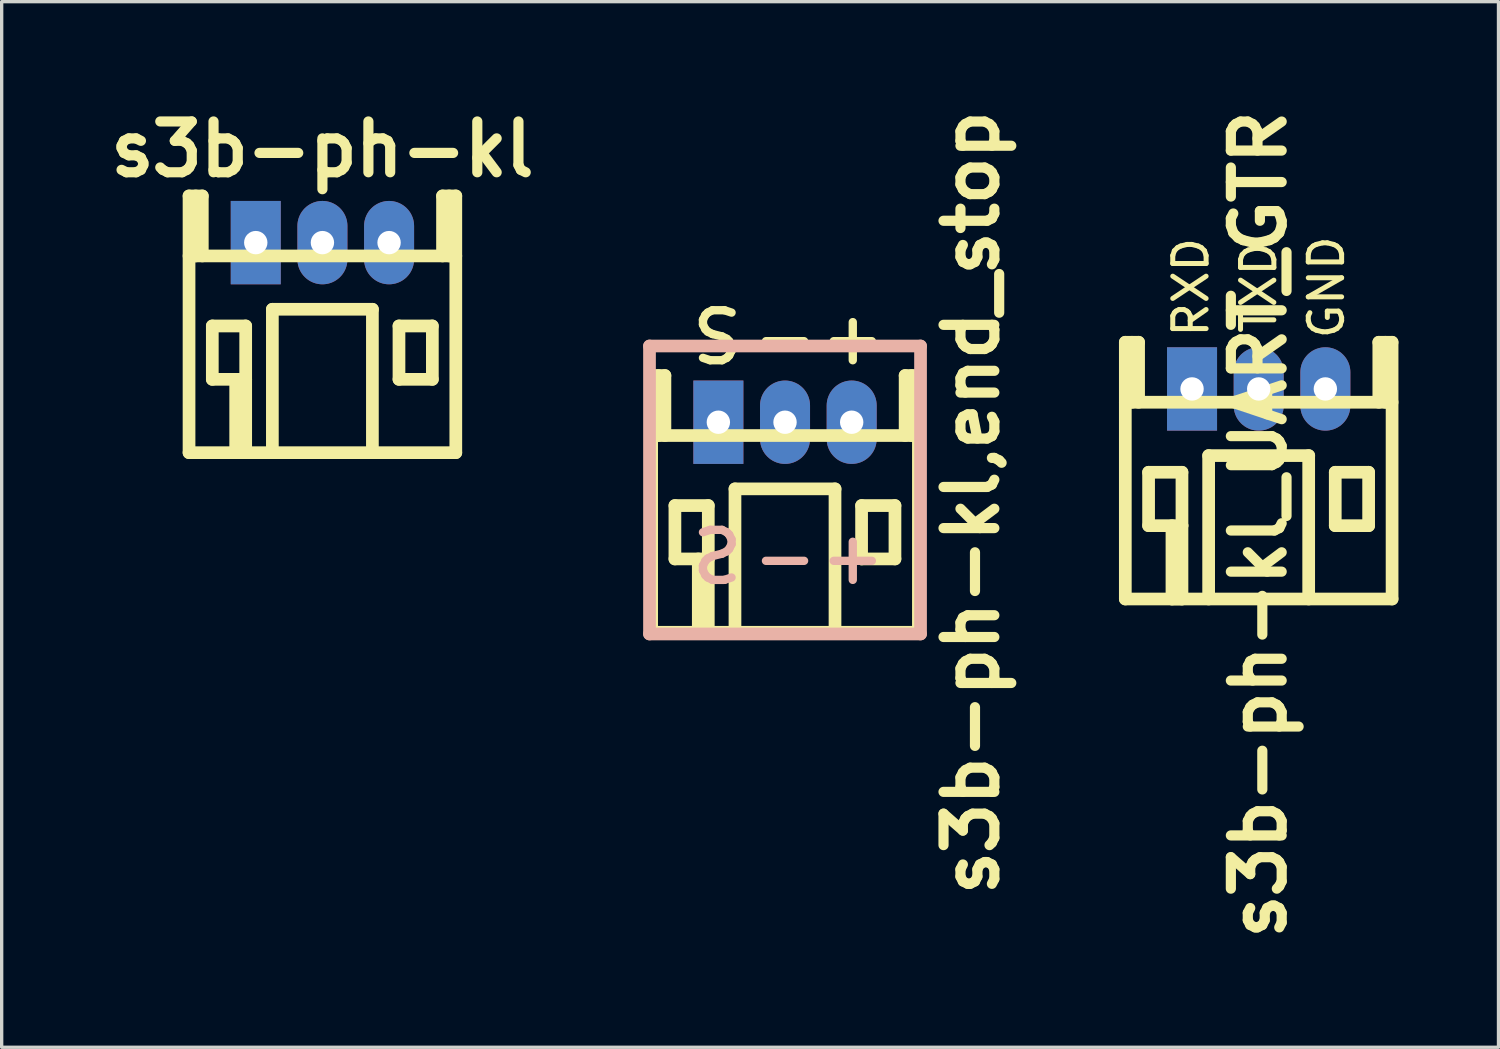
<source format=kicad_pcb>
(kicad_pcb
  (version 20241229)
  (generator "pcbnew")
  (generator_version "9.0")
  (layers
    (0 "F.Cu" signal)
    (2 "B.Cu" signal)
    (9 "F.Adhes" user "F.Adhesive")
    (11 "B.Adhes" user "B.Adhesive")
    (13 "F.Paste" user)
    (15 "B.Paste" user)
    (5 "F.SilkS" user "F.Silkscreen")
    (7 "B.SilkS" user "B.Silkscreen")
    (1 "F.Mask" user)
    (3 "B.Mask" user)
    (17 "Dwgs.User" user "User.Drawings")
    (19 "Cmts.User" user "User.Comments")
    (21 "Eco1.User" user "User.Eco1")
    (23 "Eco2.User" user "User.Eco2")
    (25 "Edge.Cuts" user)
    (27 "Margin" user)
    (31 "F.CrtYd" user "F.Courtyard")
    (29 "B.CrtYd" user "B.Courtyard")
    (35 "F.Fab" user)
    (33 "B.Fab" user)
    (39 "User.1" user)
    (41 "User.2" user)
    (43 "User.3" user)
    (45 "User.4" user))
  (footprint "s3b-ph-kl"
    (layer "F.Cu")
    (at 6.619 4.226)
    (property "Reference" "s3b-ph-kl" (at 0 -2.799 0) (layer "F.SilkS") (effects (font (size 1.524 1.524) (thickness 0.305))))
    (attr through_hole)
    (fp_line (start -4 -1.4) (end -4 6.299) (stroke (width 0.381) (type solid)) (layer "F.SilkS"))
    (fp_line (start -4 0.399) (end 4 0.399) (stroke (width 0.381) (type solid)) (layer "F.SilkS"))
    (fp_line (start -4 6.299) (end 4 6.299) (stroke (width 0.381) (type solid)) (layer "F.SilkS"))
    (fp_line (start -3.8 -1.4) (end -3.8 0.399) (stroke (width 0.381) (type solid)) (layer "F.SilkS"))
    (fp_line (start -3.602 -1.4) (end -4 -1.4) (stroke (width 0.381) (type solid)) (layer "F.SilkS"))
    (fp_line (start -3.602 0.399) (end -3.602 -1.4) (stroke (width 0.381) (type solid)) (layer "F.SilkS"))
    (fp_line (start -3.302 2.499) (end -2.301 2.499) (stroke (width 0.381) (type solid)) (layer "F.SilkS"))
    (fp_line (start -3.302 4.1) (end -3.302 2.499) (stroke (width 0.381) (type solid)) (layer "F.SilkS"))
    (fp_line (start -2.601 6.299) (end -2.601 4.1) (stroke (width 0.381) (type solid)) (layer "F.SilkS"))
    (fp_line (start -2.301 2.499) (end -2.301 4.1) (stroke (width 0.381) (type solid)) (layer "F.SilkS"))
    (fp_line (start -2.301 4.1) (end -3.302 4.1) (stroke (width 0.381) (type solid)) (layer "F.SilkS"))
    (fp_line (start -2.301 4.1) (end -2.301 6.299) (stroke (width 0.381) (type solid)) (layer "F.SilkS"))
    (fp_line (start -2.301 6.299) (end -2.601 6.299) (stroke (width 0.381) (type solid)) (layer "F.SilkS"))
    (fp_line (start -1.501 1.999) (end -1.501 6.299) (stroke (width 0.381) (type solid)) (layer "F.SilkS"))
    (fp_line (start -1.501 1.999) (end 1.501 1.999) (stroke (width 0.381) (type solid)) (layer "F.SilkS"))
    (fp_line (start 1.499 1.999) (end 1.499 6.299) (stroke (width 0.381) (type solid)) (layer "F.SilkS"))
    (fp_line (start 2.296 2.499) (end 3.297 2.499) (stroke (width 0.381) (type solid)) (layer "F.SilkS"))
    (fp_line (start 2.296 4.1) (end 2.296 2.499) (stroke (width 0.381) (type solid)) (layer "F.SilkS"))
    (fp_line (start 3.297 2.499) (end 3.297 4.1) (stroke (width 0.381) (type solid)) (layer "F.SilkS"))
    (fp_line (start 3.297 4.1) (end 2.296 4.1) (stroke (width 0.381) (type solid)) (layer "F.SilkS"))
    (fp_line (start 3.602 -1.4) (end 3.602 0.399) (stroke (width 0.381) (type solid)) (layer "F.SilkS"))
    (fp_line (start 3.8 -1.4) (end 3.8 0.399) (stroke (width 0.381) (type solid)) (layer "F.SilkS"))
    (fp_line (start 4 -1.4) (end 3.602 -1.4) (stroke (width 0.381) (type solid)) (layer "F.SilkS"))
    (fp_line (start 4 6.299) (end 4 -1.4) (stroke (width 0.381) (type solid)) (layer "F.SilkS"))
    (pad "1" thru_hole rect (at -1.999 0) (size 1.5 2.5) (drill 0.701) (layers "*.Cu" "*.Mask"))
    (pad "2" thru_hole oval (at 0 0) (size 1.5 2.5) (drill 0.701) (layers "*.Cu" "*.Mask"))
    (pad "3" thru_hole oval (at 1.999 0) (size 1.5 2.5) (drill 0.701) (layers "*.Cu" "*.Mask")))
  (footprint "s3b-ph-kl,end_stop"
    (layer "F.Cu")
    (at 20.492 9.612)
    (property "Reference" "s3b-ph-kl,end_stop" (at 5.588 2.413 90) (layer "F.SilkS") (effects (font (size 1.524 1.524) (thickness 0.305))))
    (attr through_hole)
    (fp_line (start -4 -1.4) (end -4 6.299) (stroke (width 0.381) (type solid)) (layer "F.SilkS"))
    (fp_line (start -4 0.399) (end 4 0.399) (stroke (width 0.381) (type solid)) (layer "F.SilkS"))
    (fp_line (start -4 6.299) (end 4 6.299) (stroke (width 0.381) (type solid)) (layer "F.SilkS"))
    (fp_line (start -3.8 -1.4) (end -3.8 0.399) (stroke (width 0.381) (type solid)) (layer "F.SilkS"))
    (fp_line (start -3.602 -1.4) (end -4 -1.4) (stroke (width 0.381) (type solid)) (layer "F.SilkS"))
    (fp_line (start -3.602 0.399) (end -3.602 -1.4) (stroke (width 0.381) (type solid)) (layer "F.SilkS"))
    (fp_line (start -3.302 2.499) (end -2.301 2.499) (stroke (width 0.381) (type solid)) (layer "F.SilkS"))
    (fp_line (start -3.302 4.1) (end -3.302 2.499) (stroke (width 0.381) (type solid)) (layer "F.SilkS"))
    (fp_line (start -2.601 6.299) (end -2.601 4.1) (stroke (width 0.381) (type solid)) (layer "F.SilkS"))
    (fp_line (start -2.301 2.499) (end -2.301 4.1) (stroke (width 0.381) (type solid)) (layer "F.SilkS"))
    (fp_line (start -2.301 4.1) (end -3.302 4.1) (stroke (width 0.381) (type solid)) (layer "F.SilkS"))
    (fp_line (start -2.301 4.1) (end -2.301 6.299) (stroke (width 0.381) (type solid)) (layer "F.SilkS"))
    (fp_line (start -2.301 6.299) (end -2.601 6.299) (stroke (width 0.381) (type solid)) (layer "F.SilkS"))
    (fp_line (start -1.501 1.999) (end -1.501 6.299) (stroke (width 0.381) (type solid)) (layer "F.SilkS"))
    (fp_line (start -1.501 1.999) (end 1.501 1.999) (stroke (width 0.381) (type solid)) (layer "F.SilkS"))
    (fp_line (start 1.499 1.999) (end 1.499 6.299) (stroke (width 0.381) (type solid)) (layer "F.SilkS"))
    (fp_line (start 2.296 2.499) (end 3.297 2.499) (stroke (width 0.381) (type solid)) (layer "F.SilkS"))
    (fp_line (start 2.296 4.1) (end 2.296 2.499) (stroke (width 0.381) (type solid)) (layer "F.SilkS"))
    (fp_line (start 3.297 2.499) (end 3.297 4.1) (stroke (width 0.381) (type solid)) (layer "F.SilkS"))
    (fp_line (start 3.297 4.1) (end 2.296 4.1) (stroke (width 0.381) (type solid)) (layer "F.SilkS"))
    (fp_line (start 3.602 -1.4) (end 3.602 0.399) (stroke (width 0.381) (type solid)) (layer "F.SilkS"))
    (fp_line (start 3.8 -1.4) (end 3.8 0.399) (stroke (width 0.381) (type solid)) (layer "F.SilkS"))
    (fp_line (start 4 -1.4) (end 3.602 -1.4) (stroke (width 0.381) (type solid)) (layer "F.SilkS"))
    (fp_line (start 4 6.299) (end 4 -1.4) (stroke (width 0.381) (type solid)) (layer "F.SilkS"))
    (fp_line (start -4.064 -2.286) (end -4.064 6.35) (stroke (width 0.381) (type solid)) (layer "B.SilkS"))
    (fp_line (start -4.064 6.35) (end 4.064 6.35) (stroke (width 0.381) (type solid)) (layer "B.SilkS"))
    (fp_line (start 4.064 -2.286) (end -4.064 -2.286) (stroke (width 0.381) (type solid)) (layer "B.SilkS"))
    (fp_line (start 4.064 6.35) (end 4.064 -2.286) (stroke (width 0.381) (type solid)) (layer "B.SilkS"))
    (fp_text user "+" (at 2.032 -2.54 0) (layer "F.SilkS") (effects (font (size 1.5 1.5) (thickness 0.25))))
    (fp_text user "S" (at -2.032 -2.54 180) (layer "F.SilkS") (effects (font (size 1.5 1.5) (thickness 0.25))))
    (fp_text user "-" (at 0 -2.54 0) (layer "F.SilkS") (effects (font (size 1.5 1.5) (thickness 0.25))))
    (fp_text user "+" (at 2.032 4.047 0) (layer "B.SilkS") (effects (font (size 1.5 1.5) (thickness 0.25)) (justify mirror)))
    (fp_text user "S" (at -2.032 4.047 180) (layer "B.SilkS") (effects (font (size 1.5 1.5) (thickness 0.25)) (justify mirror)))
    (fp_text user "-" (at 0 4.047 0) (layer "B.SilkS") (effects (font (size 1.5 1.5) (thickness 0.25)) (justify mirror)))
    (pad "1" thru_hole rect (at -1.999 0) (size 1.5 2.5) (drill 0.701) (layers "*.Cu" "*.Mask"))
    (pad "2" thru_hole oval (at 0 0) (size 1.5 2.5) (drill 0.701) (layers "*.Cu" "*.Mask"))
    (pad "3" thru_hole oval (at 1.999 0) (size 1.5 2.5) (drill 0.701) (layers "*.Cu" "*.Mask")))
  (footprint "s3b-ph-kl_UART_GTR"
    (layer "F.Cu")
    (at 34.697 8.614)
    (property "Reference" "s3b-ph-kl_UART_GTR" (at 0 4.064 90) (layer "F.SilkS") (effects (font (size 1.524 1.524) (thickness 0.305))))
    (attr through_hole)
    (fp_line (start -4 -1.4) (end -4 6.299) (stroke (width 0.381) (type solid)) (layer "F.SilkS"))
    (fp_line (start -4 0.399) (end 4 0.399) (stroke (width 0.381) (type solid)) (layer "F.SilkS"))
    (fp_line (start -4 6.299) (end 4 6.299) (stroke (width 0.381) (type solid)) (layer "F.SilkS"))
    (fp_line (start -3.8 -1.4) (end -3.8 0.399) (stroke (width 0.381) (type solid)) (layer "F.SilkS"))
    (fp_line (start -3.602 -1.4) (end -4 -1.4) (stroke (width 0.381) (type solid)) (layer "F.SilkS"))
    (fp_line (start -3.602 0.399) (end -3.602 -1.4) (stroke (width 0.381) (type solid)) (layer "F.SilkS"))
    (fp_line (start -3.302 2.499) (end -2.301 2.499) (stroke (width 0.381) (type solid)) (layer "F.SilkS"))
    (fp_line (start -3.302 4.1) (end -3.302 2.499) (stroke (width 0.381) (type solid)) (layer "F.SilkS"))
    (fp_line (start -2.601 6.299) (end -2.601 4.1) (stroke (width 0.381) (type solid)) (layer "F.SilkS"))
    (fp_line (start -2.301 2.499) (end -2.301 4.1) (stroke (width 0.381) (type solid)) (layer "F.SilkS"))
    (fp_line (start -2.301 4.1) (end -3.302 4.1) (stroke (width 0.381) (type solid)) (layer "F.SilkS"))
    (fp_line (start -2.301 4.1) (end -2.301 6.299) (stroke (width 0.381) (type solid)) (layer "F.SilkS"))
    (fp_line (start -2.301 6.299) (end -2.601 6.299) (stroke (width 0.381) (type solid)) (layer "F.SilkS"))
    (fp_line (start -1.501 1.999) (end -1.501 6.299) (stroke (width 0.381) (type solid)) (layer "F.SilkS"))
    (fp_line (start -1.501 1.999) (end 1.501 1.999) (stroke (width 0.381) (type solid)) (layer "F.SilkS"))
    (fp_line (start 1.499 1.999) (end 1.499 6.299) (stroke (width 0.381) (type solid)) (layer "F.SilkS"))
    (fp_line (start 2.296 2.499) (end 3.297 2.499) (stroke (width 0.381) (type solid)) (layer "F.SilkS"))
    (fp_line (start 2.296 4.1) (end 2.296 2.499) (stroke (width 0.381) (type solid)) (layer "F.SilkS"))
    (fp_line (start 3.297 2.499) (end 3.297 4.1) (stroke (width 0.381) (type solid)) (layer "F.SilkS"))
    (fp_line (start 3.297 4.1) (end 2.296 4.1) (stroke (width 0.381) (type solid)) (layer "F.SilkS"))
    (fp_line (start 3.602 -1.4) (end 3.602 0.399) (stroke (width 0.381) (type solid)) (layer "F.SilkS"))
    (fp_line (start 3.8 -1.4) (end 3.8 0.399) (stroke (width 0.381) (type solid)) (layer "F.SilkS"))
    (fp_line (start 4 -1.4) (end 3.602 -1.4) (stroke (width 0.381) (type solid)) (layer "F.SilkS"))
    (fp_line (start 4 6.299) (end 4 -1.4) (stroke (width 0.381) (type solid)) (layer "F.SilkS"))
    (fp_text user "TXD" (at 0 -3.048 90) (layer "F.SilkS") (effects (font (size 1 1) (thickness 0.15))))
    (fp_text user "RXD" (at -2.032 -3.048 90) (layer "F.SilkS") (effects (font (size 1 1) (thickness 0.15))))
    (fp_text user "GND" (at 2.032 -3.048 90) (layer "F.SilkS") (effects (font (size 1 1) (thickness 0.15))))
    (pad "1" thru_hole rect (at -1.999 0) (size 1.5 2.5) (drill 0.701) (layers "*.Cu" "*.Mask"))
    (pad "2" thru_hole oval (at 0 0) (size 1.5 2.5) (drill 0.701) (layers "*.Cu" "*.Mask"))
    (pad "3" thru_hole oval (at 1.999 0) (size 1.5 2.5) (drill 0.701) (layers "*.Cu" "*.Mask")))
  (gr_rect
    (start -3 -3)
    (end 41.888 28.356)
    (stroke (width 0.1) (type default))
    (fill no)
    (layer "Edge.Cuts")))
</source>
